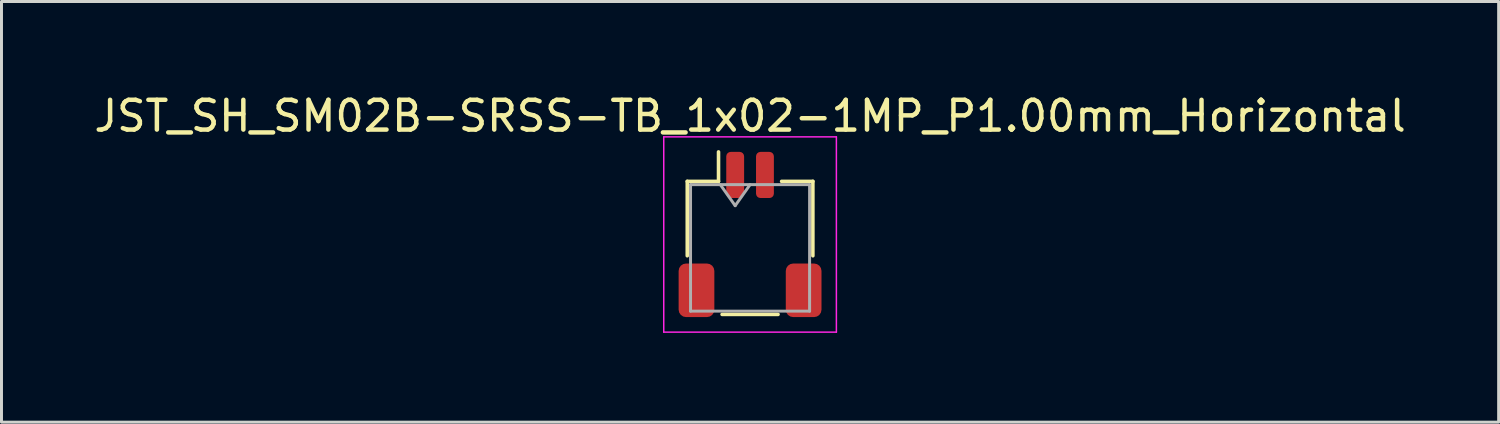
<source format=kicad_pcb>
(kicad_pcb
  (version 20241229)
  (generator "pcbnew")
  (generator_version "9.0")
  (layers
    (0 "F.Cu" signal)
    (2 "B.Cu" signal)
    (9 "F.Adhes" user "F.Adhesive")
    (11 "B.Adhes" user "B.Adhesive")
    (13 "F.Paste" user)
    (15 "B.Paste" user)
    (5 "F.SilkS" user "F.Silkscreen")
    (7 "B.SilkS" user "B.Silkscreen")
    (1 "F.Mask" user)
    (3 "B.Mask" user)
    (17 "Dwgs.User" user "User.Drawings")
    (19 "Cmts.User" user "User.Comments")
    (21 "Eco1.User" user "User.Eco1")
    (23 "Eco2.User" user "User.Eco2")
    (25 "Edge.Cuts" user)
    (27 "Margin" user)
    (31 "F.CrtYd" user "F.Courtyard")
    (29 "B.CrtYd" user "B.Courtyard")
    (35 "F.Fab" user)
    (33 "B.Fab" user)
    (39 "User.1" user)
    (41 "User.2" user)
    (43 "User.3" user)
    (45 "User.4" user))
  (footprint "JST_SH_SM02B-SRSS-TB_1x02-1MP_P1.00mm_Horizontal"
    (layer "F.Cu")
    (at 22.149 4.828)
    (property "Reference" "JST_SH_SM02B-SRSS-TB_1x02-1MP_P1.00mm_Horizontal" (at 0 -3.98 0) (layer "F.SilkS") (effects (font (size 1 1) (thickness 0.15))))
    (attr smd)
    (fp_line (start -2.11 -1.785) (end -1.06 -1.785) (stroke (width 0.12) (type solid)) (layer "F.SilkS"))
    (fp_line (start -2.11 0.715) (end -2.11 -1.785) (stroke (width 0.12) (type solid)) (layer "F.SilkS"))
    (fp_line (start -1.06 -1.785) (end -1.06 -2.775) (stroke (width 0.12) (type solid)) (layer "F.SilkS"))
    (fp_line (start -0.94 2.685) (end 0.94 2.685) (stroke (width 0.12) (type solid)) (layer "F.SilkS"))
    (fp_line (start 2.11 -1.785) (end 1.06 -1.785) (stroke (width 0.12) (type solid)) (layer "F.SilkS"))
    (fp_line (start 2.11 0.715) (end 2.11 -1.785) (stroke (width 0.12) (type solid)) (layer "F.SilkS"))
    (fp_line (start -2.9 -3.28) (end -2.9 3.28) (stroke (width 0.05) (type solid)) (layer "F.CrtYd"))
    (fp_line (start -2.9 3.28) (end 2.9 3.28) (stroke (width 0.05) (type solid)) (layer "F.CrtYd"))
    (fp_line (start 2.9 -3.28) (end -2.9 -3.28) (stroke (width 0.05) (type solid)) (layer "F.CrtYd"))
    (fp_line (start 2.9 3.28) (end 2.9 -3.28) (stroke (width 0.05) (type solid)) (layer "F.CrtYd"))
    (fp_line (start -2 -1.675) (end -2 2.575) (stroke (width 0.1) (type solid)) (layer "F.Fab"))
    (fp_line (start -2 -1.675) (end 2 -1.675) (stroke (width 0.1) (type solid)) (layer "F.Fab"))
    (fp_line (start -2 2.575) (end 2 2.575) (stroke (width 0.1) (type solid)) (layer "F.Fab"))
    (fp_line (start -1 -1.675) (end -0.5 -0.968) (stroke (width 0.1) (type solid)) (layer "F.Fab"))
    (fp_line (start -0.5 -0.968) (end 0 -1.675) (stroke (width 0.1) (type solid)) (layer "F.Fab"))
    (fp_line (start 2 -1.675) (end 2 2.575) (stroke (width 0.1) (type solid)) (layer "F.Fab"))
    (pad "1" smd roundrect (at -0.5 -2) (size 0.6 1.55) (layers "F.Cu" "F.Mask" "F.Paste") (roundrect_rratio 0.25))
    (pad "2" smd roundrect (at 0.5 -2) (size 0.6 1.55) (layers "F.Cu" "F.Mask" "F.Paste") (roundrect_rratio 0.25))
    (pad "MP" smd roundrect (at -1.8 1.875) (size 1.2 1.8) (layers "F.Cu" "F.Mask" "F.Paste") (roundrect_rratio 0.208))
    (pad "MP" smd roundrect (at 1.8 1.875) (size 1.2 1.8) (layers "F.Cu" "F.Mask" "F.Paste") (roundrect_rratio 0.208)))
  (gr_rect
    (start -3 -3)
    (end 47.298 11.133)
    (stroke (width 0.1) (type default))
    (fill no)
    (layer "Edge.Cuts")))
</source>
